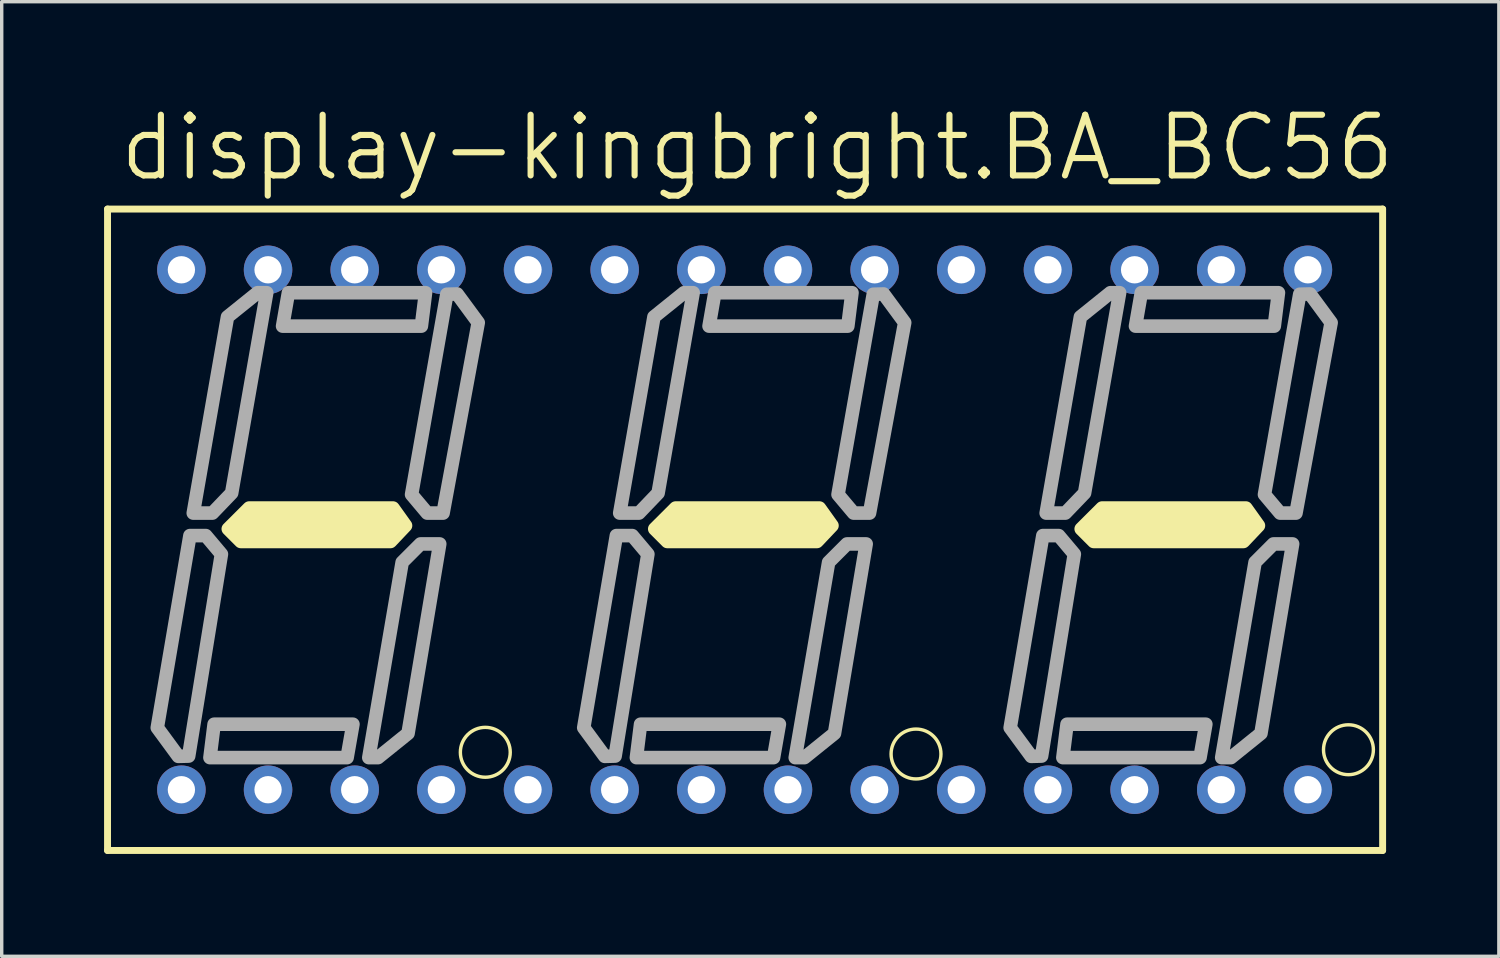
<source format=kicad_pcb>
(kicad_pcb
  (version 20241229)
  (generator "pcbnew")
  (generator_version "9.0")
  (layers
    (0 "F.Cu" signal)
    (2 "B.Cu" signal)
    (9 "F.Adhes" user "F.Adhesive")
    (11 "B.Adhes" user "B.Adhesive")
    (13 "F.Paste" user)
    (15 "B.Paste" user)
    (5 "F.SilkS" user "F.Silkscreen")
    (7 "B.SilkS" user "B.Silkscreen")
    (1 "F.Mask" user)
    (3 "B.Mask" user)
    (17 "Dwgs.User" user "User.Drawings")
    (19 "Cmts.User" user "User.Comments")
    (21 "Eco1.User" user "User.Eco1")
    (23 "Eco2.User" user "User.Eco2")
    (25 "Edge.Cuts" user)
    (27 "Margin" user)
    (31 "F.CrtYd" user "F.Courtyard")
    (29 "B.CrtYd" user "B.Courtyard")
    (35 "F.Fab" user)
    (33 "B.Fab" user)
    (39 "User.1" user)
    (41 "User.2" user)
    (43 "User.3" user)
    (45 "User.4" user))
  (footprint "display-kingbright.BA_BC56"
    (layer "F.Cu")
    (at 18.777 12.478)
    (property "Reference" "display-kingbright.BA_BC56" (at -18.415 -10.16 0) (layer "F.SilkS") (effects (font (size 1.778 1.778) (thickness 0.18)) (justify left bottom)))
    (attr through_hole)
    (fp_line (start -18.675 -9.4) (end 18.7 -9.4) (stroke (width 0.203) (type default)) (layer "F.SilkS"))
    (fp_line (start -18.675 9.4) (end -18.675 -9.4) (stroke (width 0.203) (type default)) (layer "F.SilkS"))
    (fp_line (start 18.7 -9.4) (end 18.7 9.4) (stroke (width 0.203) (type default)) (layer "F.SilkS"))
    (fp_line (start 18.7 9.4) (end -18.675 9.4) (stroke (width 0.203) (type default)) (layer "F.SilkS"))
    (fp_circle (center -7.602 6.523) (end -6.871 6.523) (stroke (width 0.1) (type default)) (fill no) (layer "F.SilkS"))
    (fp_circle (center 5.023 6.573) (end 5.754 6.573) (stroke (width 0.1) (type default)) (fill no) (layer "F.SilkS"))
    (fp_circle (center 17.698 6.448) (end 18.429 6.448) (stroke (width 0.1) (type default)) (fill no) (layer "F.SilkS"))
    (fp_poly (pts (xy -15.135 -0.025) (xy -14.523 -0.636) (xy -10.308 -0.636) (xy -9.941 -0.122) (xy -10.381 0.343) (xy -14.768 0.343)) (stroke (width 0.398) (type default)) (fill yes) (layer "F.SilkS"))
    (fp_poly (pts (xy -2.635 -0.025) (xy -2.023 -0.636) (xy 2.192 -0.636) (xy 2.559 -0.122) (xy 2.119 0.343) (xy -2.268 0.343)) (stroke (width 0.398) (type default)) (fill yes) (layer "F.SilkS"))
    (fp_poly (pts (xy 9.865 -0.025) (xy 10.477 -0.636) (xy 14.692 -0.636) (xy 15.059 -0.122) (xy 14.619 0.343) (xy 10.232 0.343)) (stroke (width 0.398) (type default)) (fill yes) (layer "F.SilkS"))
    (fp_poly (pts (xy -13.544 -5.969) (xy -13.373 -6.948) (xy -9.354 -6.948) (xy -9.476 -5.969)) (stroke (width 0.398) (type default)) (fill no) (layer "F.Fab"))
    (fp_poly (pts (xy -11.482 5.7) (xy -11.653 6.679) (xy -15.673 6.679) (xy -15.551 5.7)) (stroke (width 0.398) (type default)) (fill no) (layer "F.Fab"))
    (fp_poly (pts (xy -1.044 -5.969) (xy -0.873 -6.948) (xy 3.146 -6.948) (xy 3.024 -5.969)) (stroke (width 0.398) (type default)) (fill no) (layer "F.Fab"))
    (fp_poly (pts (xy 1.018 5.7) (xy 0.847 6.679) (xy -3.173 6.679) (xy -3.051 5.7)) (stroke (width 0.398) (type default)) (fill no) (layer "F.Fab"))
    (fp_poly (pts (xy 11.456 -5.969) (xy 11.627 -6.948) (xy 15.646 -6.948) (xy 15.524 -5.969)) (stroke (width 0.398) (type default)) (fill no) (layer "F.Fab"))
    (fp_poly (pts (xy 13.518 5.7) (xy 13.347 6.679) (xy 9.327 6.679) (xy 9.449 5.7)) (stroke (width 0.398) (type default)) (fill no) (layer "F.Fab"))
    (fp_poly (pts (xy -15.337 0.715) (xy -16.297 6.634) (xy -16.6 6.642) (xy -17.217 5.802) (xy -16.26 0.171) (xy -15.795 0.171)) (stroke (width 0.398) (type default)) (fill no) (layer "F.Fab"))
    (fp_poly (pts (xy -15.037 -1.076) (xy -14.009 -6.948) (xy -14.278 -6.948) (xy -15.159 -6.239) (xy -16.162 -0.489) (xy -15.6 -0.489)) (stroke (width 0.398) (type default)) (fill no) (layer "F.Fab"))
    (fp_poly (pts (xy -10.039 0.954) (xy -11.017 6.679) (xy -10.748 6.679) (xy -9.867 5.969) (xy -8.938 0.416) (xy -9.501 0.416)) (stroke (width 0.398) (type default)) (fill no) (layer "F.Fab"))
    (fp_poly (pts (xy -9.763 -1.033) (xy -8.73 -6.903) (xy -8.427 -6.911) (xy -7.809 -6.071) (xy -8.84 -0.489) (xy -9.305 -0.489)) (stroke (width 0.398) (type default)) (fill no) (layer "F.Fab"))
    (fp_poly (pts (xy -2.837 0.715) (xy -3.797 6.634) (xy -4.1 6.642) (xy -4.717 5.802) (xy -3.76 0.171) (xy -3.295 0.171)) (stroke (width 0.398) (type default)) (fill no) (layer "F.Fab"))
    (fp_poly (pts (xy -2.537 -1.076) (xy -1.509 -6.948) (xy -1.778 -6.948) (xy -2.659 -6.239) (xy -3.662 -0.489) (xy -3.099 -0.489)) (stroke (width 0.398) (type default)) (fill no) (layer "F.Fab"))
    (fp_poly (pts (xy 2.461 0.954) (xy 1.483 6.679) (xy 1.752 6.679) (xy 2.633 5.969) (xy 3.562 0.416) (xy 2.999 0.416)) (stroke (width 0.398) (type default)) (fill no) (layer "F.Fab"))
    (fp_poly (pts (xy 2.737 -1.033) (xy 3.77 -6.903) (xy 4.073 -6.911) (xy 4.691 -6.071) (xy 3.66 -0.489) (xy 3.195 -0.489)) (stroke (width 0.398) (type default)) (fill no) (layer "F.Fab"))
    (fp_poly (pts (xy 9.663 0.715) (xy 8.703 6.634) (xy 8.4 6.642) (xy 7.783 5.802) (xy 8.74 0.171) (xy 9.205 0.171)) (stroke (width 0.398) (type default)) (fill no) (layer "F.Fab"))
    (fp_poly (pts (xy 9.963 -1.076) (xy 10.991 -6.948) (xy 10.722 -6.948) (xy 9.841 -6.239) (xy 8.838 -0.489) (xy 9.4 -0.489)) (stroke (width 0.398) (type default)) (fill no) (layer "F.Fab"))
    (fp_poly (pts (xy 14.961 0.954) (xy 13.983 6.679) (xy 14.252 6.679) (xy 15.133 5.969) (xy 16.062 0.416) (xy 15.499 0.416)) (stroke (width 0.398) (type default)) (fill no) (layer "F.Fab"))
    (fp_poly (pts (xy 15.237 -1.033) (xy 16.27 -6.903) (xy 16.573 -6.911) (xy 17.191 -6.071) (xy 16.16 -0.489) (xy 15.695 -0.489)) (stroke (width 0.398) (type default)) (fill no) (layer "F.Fab"))
    (pad "1" thru_hole circle (at -16.51 7.62) (size 1.422 1.422) (drill 0.8) (layers "*.Cu" "*.Mask"))
    (pad "2" thru_hole circle (at -13.97 7.62) (size 1.422 1.422) (drill 0.8) (layers "*.Cu" "*.Mask"))
    (pad "3" thru_hole circle (at -11.43 7.62) (size 1.422 1.422) (drill 0.8) (layers "*.Cu" "*.Mask"))
    (pad "4" thru_hole circle (at -8.89 7.62) (size 1.422 1.422) (drill 0.8) (layers "*.Cu" "*.Mask"))
    (pad "5" thru_hole circle (at -6.35 7.62) (size 1.422 1.422) (drill 0.8) (layers "*.Cu" "*.Mask"))
    (pad "6" thru_hole circle (at -3.81 7.62) (size 1.422 1.422) (drill 0.8) (layers "*.Cu" "*.Mask"))
    (pad "7" thru_hole circle (at -1.27 7.62) (size 1.422 1.422) (drill 0.8) (layers "*.Cu" "*.Mask"))
    (pad "8" thru_hole circle (at 1.27 7.62) (size 1.422 1.422) (drill 0.8) (layers "*.Cu" "*.Mask"))
    (pad "9" thru_hole circle (at 3.81 7.62) (size 1.422 1.422) (drill 0.8) (layers "*.Cu" "*.Mask"))
    (pad "10" thru_hole circle (at 6.35 7.62) (size 1.422 1.422) (drill 0.8) (layers "*.Cu" "*.Mask"))
    (pad "11" thru_hole circle (at 8.89 7.62) (size 1.422 1.422) (drill 0.8) (layers "*.Cu" "*.Mask"))
    (pad "12" thru_hole circle (at 11.43 7.62) (size 1.422 1.422) (drill 0.8) (layers "*.Cu" "*.Mask"))
    (pad "13" thru_hole circle (at 13.97 7.62) (size 1.422 1.422) (drill 0.8) (layers "*.Cu" "*.Mask"))
    (pad "14" thru_hole circle (at 16.51 7.62) (size 1.422 1.422) (drill 0.8) (layers "*.Cu" "*.Mask"))
    (pad "15" thru_hole circle (at 16.51 -7.62 180) (size 1.422 1.422) (drill 0.8) (layers "*.Cu" "*.Mask"))
    (pad "16" thru_hole circle (at 13.97 -7.62 180) (size 1.422 1.422) (drill 0.8) (layers "*.Cu" "*.Mask"))
    (pad "17" thru_hole circle (at 11.43 -7.62 180) (size 1.422 1.422) (drill 0.8) (layers "*.Cu" "*.Mask"))
    (pad "18" thru_hole circle (at 8.89 -7.62 180) (size 1.422 1.422) (drill 0.8) (layers "*.Cu" "*.Mask"))
    (pad "19" thru_hole circle (at 6.35 -7.62 180) (size 1.422 1.422) (drill 0.8) (layers "*.Cu" "*.Mask"))
    (pad "20" thru_hole circle (at 3.81 -7.62 180) (size 1.422 1.422) (drill 0.8) (layers "*.Cu" "*.Mask"))
    (pad "21" thru_hole circle (at 1.27 -7.62 180) (size 1.422 1.422) (drill 0.8) (layers "*.Cu" "*.Mask"))
    (pad "22" thru_hole circle (at -1.27 -7.62 180) (size 1.422 1.422) (drill 0.8) (layers "*.Cu" "*.Mask"))
    (pad "23" thru_hole circle (at -3.81 -7.62 180) (size 1.422 1.422) (drill 0.8) (layers "*.Cu" "*.Mask"))
    (pad "24" thru_hole circle (at -6.35 -7.62 180) (size 1.422 1.422) (drill 0.8) (layers "*.Cu" "*.Mask"))
    (pad "25" thru_hole circle (at -8.89 -7.62 180) (size 1.422 1.422) (drill 0.8) (layers "*.Cu" "*.Mask"))
    (pad "26" thru_hole circle (at -11.43 -7.62 180) (size 1.422 1.422) (drill 0.8) (layers "*.Cu" "*.Mask"))
    (pad "27" thru_hole circle (at -13.97 -7.62 180) (size 1.422 1.422) (drill 0.8) (layers "*.Cu" "*.Mask"))
    (pad "28" thru_hole circle (at -16.51 -7.62 180) (size 1.422 1.422) (drill 0.8) (layers "*.Cu" "*.Mask")))
  (gr_rect
    (start -3 -3)
    (end 40.884 24.98)
    (stroke (width 0.1) (type default))
    (fill no)
    (layer "Edge.Cuts")))
</source>
